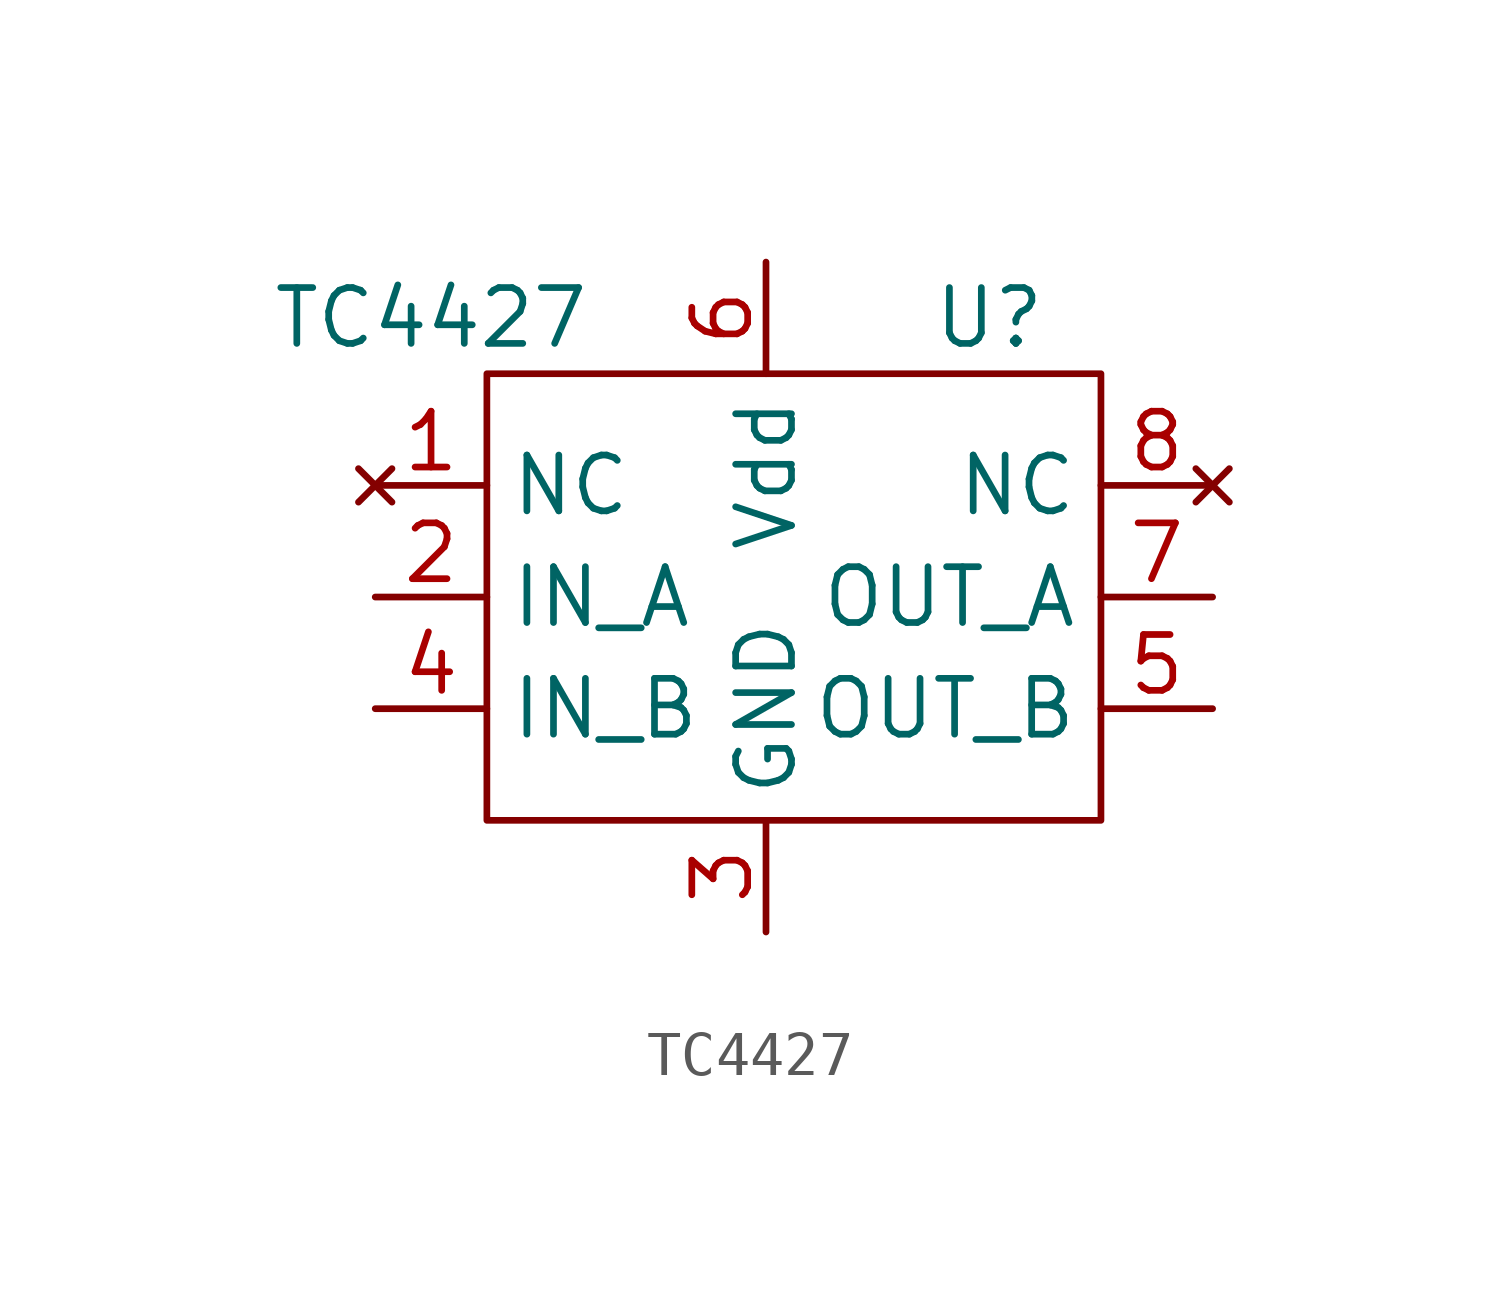
<source format=kicad_sym>
(kicad_symbol_lib
  (version 20211014)
  (generator kicad_symbol_editor)
  (symbol "TC4427"
    (property "Reference" "U"
      (at 5.08 1.27 0)
      (effects (font (size 1.27 1.27))))
    (property "Value" "TC4427"
      (at -7.62 1.27 0)
      (effects (font (size 1.27 1.27))))
    (symbol "TC4427_0_1"
      (rectangle (start -6.35 0) (end 7.62 -10.16) (stroke (width 0) (type default) (color 0 0 0 0)) (fill (type none))))
    (symbol "TC4427_1_1"
      (pin no_connect line (at -8.89 -2.54 0) (length 2.54) (name "NC" (effects (font (size 1.27 1.27)))) (number "1" (effects (font (size 1.27 1.27)))))
      (pin input line (at -8.89 -5.08 0) (length 2.54) (name "IN_A" (effects (font (size 1.27 1.27)))) (number "2" (effects (font (size 1.27 1.27)))))
      (pin power_in line (at 0 -12.7 90) (length 2.54) (name "GND" (effects (font (size 1.27 1.27)))) (number "3" (effects (font (size 1.27 1.27)))))
      (pin input line (at -8.89 -7.62 0) (length 2.54) (name "IN_B" (effects (font (size 1.27 1.27)))) (number "4" (effects (font (size 1.27 1.27)))))
      (pin output line (at 10.16 -7.62 180) (length 2.54) (name "OUT_B" (effects (font (size 1.27 1.27)))) (number "5" (effects (font (size 1.27 1.27)))))
      (pin power_in line (at 0 2.54 270) (length 2.54) (name "Vdd" (effects (font (size 1.27 1.27)))) (number "6" (effects (font (size 1.27 1.27)))))
      (pin output line (at 10.16 -5.08 180) (length 2.54) (name "OUT_A" (effects (font (size 1.27 1.27)))) (number "7" (effects (font (size 1.27 1.27)))))
      (pin no_connect line (at 10.16 -2.54 180) (length 2.54) (name "NC" (effects (font (size 1.27 1.27)))) (number "8" (effects (font (size 1.27 1.27))))))))
</source>
